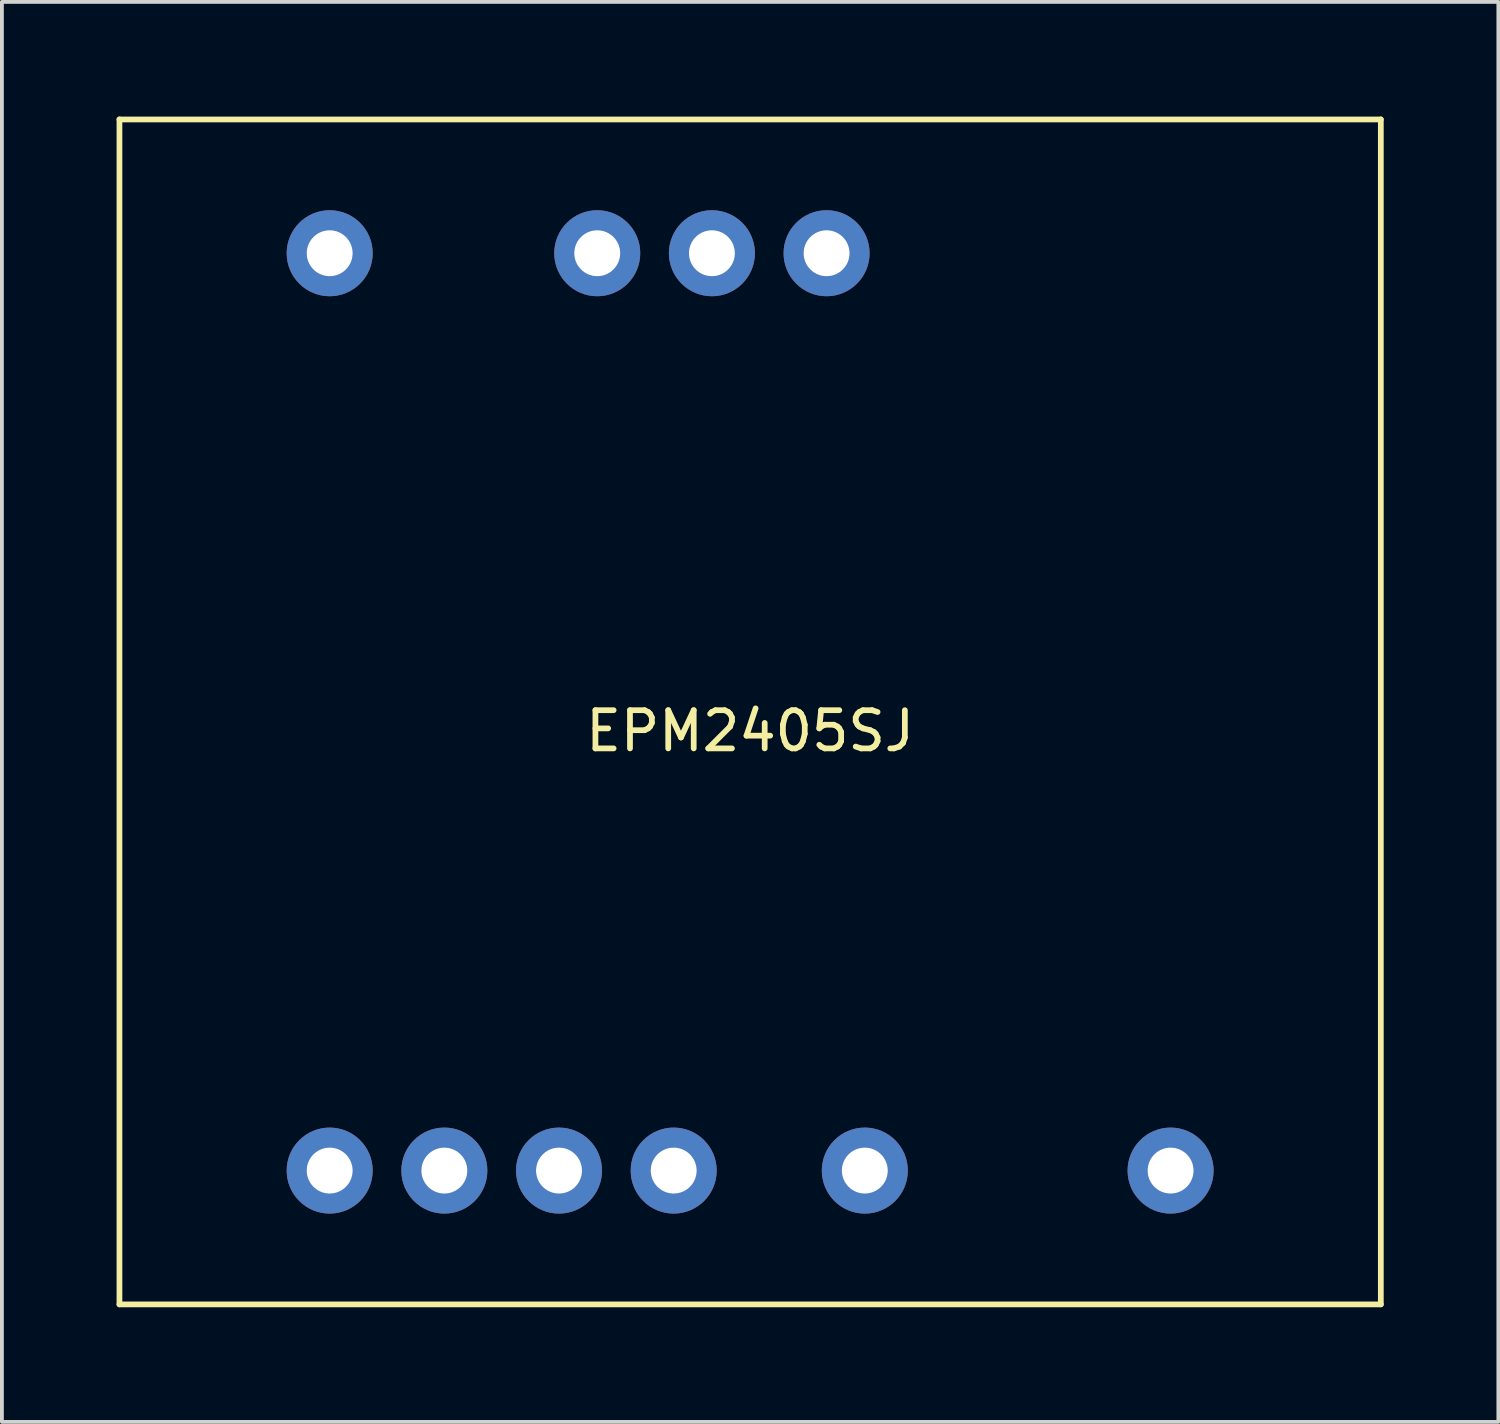
<source format=kicad_pcb>
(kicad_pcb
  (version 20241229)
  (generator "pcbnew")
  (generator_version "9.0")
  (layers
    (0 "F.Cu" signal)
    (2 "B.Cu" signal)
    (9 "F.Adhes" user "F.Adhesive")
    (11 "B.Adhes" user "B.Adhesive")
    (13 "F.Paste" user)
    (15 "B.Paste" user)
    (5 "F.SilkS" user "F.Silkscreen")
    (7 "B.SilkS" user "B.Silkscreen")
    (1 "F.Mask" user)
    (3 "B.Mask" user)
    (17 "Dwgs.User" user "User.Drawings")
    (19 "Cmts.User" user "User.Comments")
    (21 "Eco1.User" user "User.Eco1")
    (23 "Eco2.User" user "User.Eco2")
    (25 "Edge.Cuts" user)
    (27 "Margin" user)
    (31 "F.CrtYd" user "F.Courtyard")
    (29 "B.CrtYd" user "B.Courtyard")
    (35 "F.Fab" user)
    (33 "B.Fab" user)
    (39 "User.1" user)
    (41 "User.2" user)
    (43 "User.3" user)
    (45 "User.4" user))
  (footprint "EPM2405SJ"
    (layer "F.Cu")
    (at 16.575 15.575)
    (property "Reference" "EPM2405SJ" (at 0 0.5 0) (layer "F.SilkS") (effects (font (size 1 1) (thickness 0.15))))
    (attr through_hole)
    (fp_line (start -16.5 -15.5) (end -16.5 15.5) (stroke (width 0.15) (type solid)) (layer "F.SilkS"))
    (fp_line (start -16.5 -15.5) (end 16.5 -15.5) (stroke (width 0.15) (type solid)) (layer "F.SilkS"))
    (fp_line (start -16.5 15.5) (end 16.5 15.5) (stroke (width 0.15) (type solid)) (layer "F.SilkS"))
    (fp_line (start 16.5 15.5) (end 16.5 -15.5) (stroke (width 0.15) (type solid)) (layer "F.SilkS"))
    (pad "4" thru_hole circle (at 2 -12) (size 2.25 2.25) (drill 1.2) (layers "*.Cu" "*.Mask"))
    (pad "5" thru_hole circle (at -1 -12) (size 2.25 2.25) (drill 1.2) (layers "*.Cu" "*.Mask"))
    (pad "6" thru_hole circle (at -4 -12) (size 2.25 2.25) (drill 1.2) (layers "*.Cu" "*.Mask"))
    (pad "7" thru_hole circle (at -11 -12) (size 2.25 2.25) (drill 1.2) (layers "*.Cu" "*.Mask"))
    (pad "8" thru_hole circle (at -11 12) (size 2.25 2.25) (drill 1.2) (layers "*.Cu" "*.Mask"))
    (pad "9" thru_hole circle (at -8 12) (size 2.25 2.25) (drill 1.2) (layers "*.Cu" "*.Mask"))
    (pad "10" thru_hole circle (at -5 12) (size 2.25 2.25) (drill 1.2) (layers "*.Cu" "*.Mask"))
    (pad "11" thru_hole circle (at -2 12) (size 2.25 2.25) (drill 1.2) (layers "*.Cu" "*.Mask"))
    (pad "12" thru_hole circle (at 3 12) (size 2.25 2.25) (drill 1.2) (layers "*.Cu" "*.Mask"))
    (pad "14" thru_hole circle (at 11 12) (size 2.25 2.25) (drill 1.2) (layers "*.Cu" "*.Mask")))
  (gr_rect
    (start -3 -3)
    (end 36.15 34.15)
    (stroke (width 0.1) (type default))
    (fill no)
    (layer "Edge.Cuts")))
</source>
